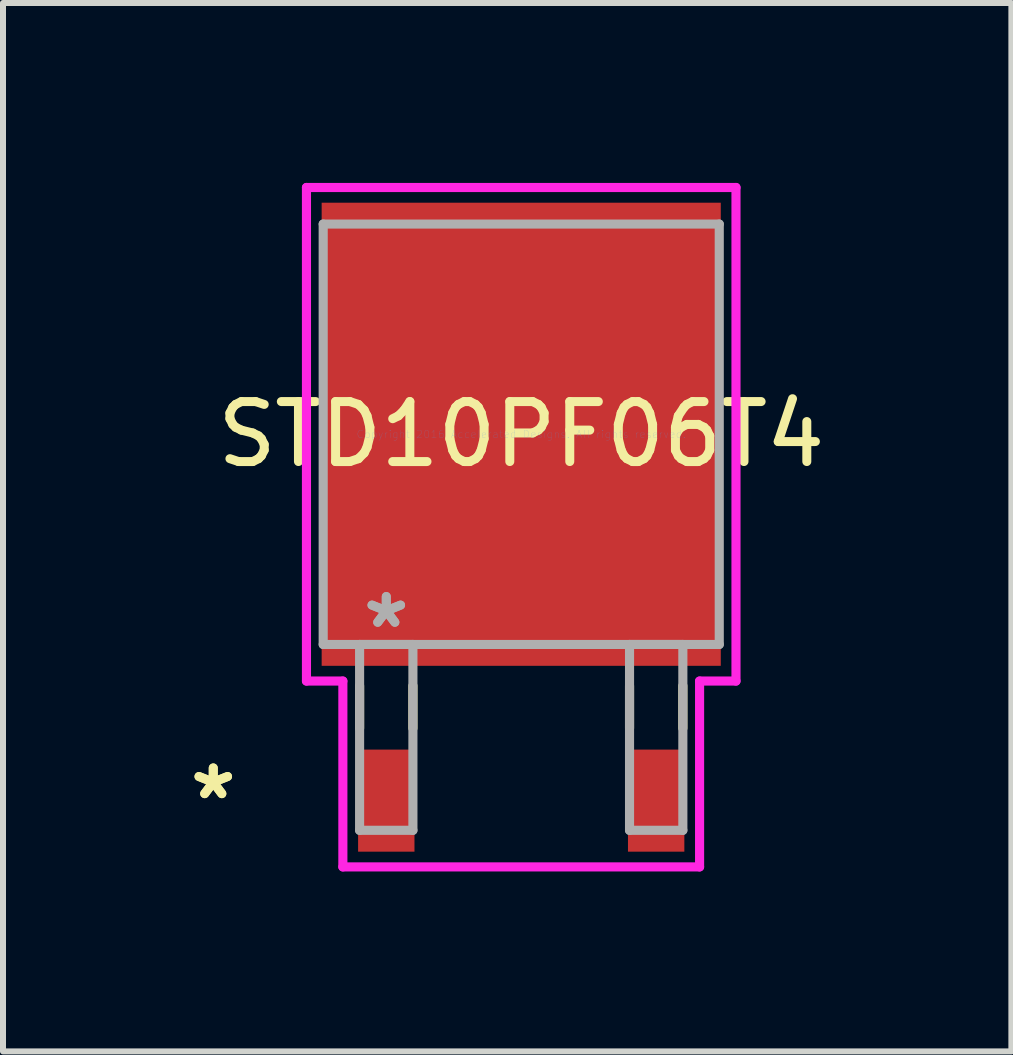
<source format=kicad_pcb>
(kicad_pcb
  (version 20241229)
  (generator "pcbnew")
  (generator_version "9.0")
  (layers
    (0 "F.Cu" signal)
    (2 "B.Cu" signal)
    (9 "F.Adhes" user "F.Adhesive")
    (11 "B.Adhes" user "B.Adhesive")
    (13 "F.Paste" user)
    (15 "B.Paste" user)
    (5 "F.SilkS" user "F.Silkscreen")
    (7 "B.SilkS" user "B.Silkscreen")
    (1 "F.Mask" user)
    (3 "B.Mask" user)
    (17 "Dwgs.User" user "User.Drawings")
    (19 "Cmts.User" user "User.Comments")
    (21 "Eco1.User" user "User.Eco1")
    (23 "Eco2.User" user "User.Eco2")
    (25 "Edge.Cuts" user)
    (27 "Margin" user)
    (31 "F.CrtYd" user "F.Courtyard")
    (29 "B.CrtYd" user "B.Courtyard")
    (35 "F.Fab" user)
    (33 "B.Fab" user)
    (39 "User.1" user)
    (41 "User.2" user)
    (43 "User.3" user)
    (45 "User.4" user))
  (footprint "STD10PF06T4"
    (layer "F.Cu")
    (at 5.641 4.191)
    (property "Reference" "STD10PF06T4" (at 0 0 0) (layer "F.SilkS") (effects (font (size 1 1) (thickness 0.15))))
    (attr through_hole)
    (fp_line (start -2.695 4.194) (end -2.695 4.902) (stroke (width 0.152) (type solid)) (layer "F.SilkS"))
    (fp_line (start -1.806 4.194) (end -1.806 4.902) (stroke (width 0.152) (type solid)) (layer "F.SilkS"))
    (fp_line (start 1.806 4.194) (end 1.806 4.902) (stroke (width 0.152) (type solid)) (layer "F.SilkS"))
    (fp_line (start 2.695 4.194) (end 2.695 4.902) (stroke (width 0.152) (type solid)) (layer "F.SilkS"))
    (fp_line (start -3.581 -4.115) (end 3.581 -4.115) (stroke (width 0.152) (type solid)) (layer "F.CrtYd"))
    (fp_line (start -3.581 4.115) (end -3.581 -4.115) (stroke (width 0.152) (type solid)) (layer "F.CrtYd"))
    (fp_line (start -2.974 4.115) (end -3.581 4.115) (stroke (width 0.152) (type solid)) (layer "F.CrtYd"))
    (fp_line (start -2.974 7.214) (end -2.974 4.115) (stroke (width 0.152) (type solid)) (layer "F.CrtYd"))
    (fp_line (start 2.974 4.115) (end 2.974 7.214) (stroke (width 0.152) (type solid)) (layer "F.CrtYd"))
    (fp_line (start 2.974 7.214) (end -2.974 7.214) (stroke (width 0.152) (type solid)) (layer "F.CrtYd"))
    (fp_line (start 3.581 -4.115) (end 3.581 4.115) (stroke (width 0.152) (type solid)) (layer "F.CrtYd"))
    (fp_line (start 3.581 4.115) (end 2.974 4.115) (stroke (width 0.152) (type solid)) (layer "F.CrtYd"))
    (fp_line (start -3.302 -3.505) (end -3.302 3.505) (stroke (width 0.152) (type solid)) (layer "F.Fab"))
    (fp_line (start -3.302 3.505) (end 3.302 3.505) (stroke (width 0.152) (type solid)) (layer "F.Fab"))
    (fp_line (start -2.695 3.505) (end -2.695 6.604) (stroke (width 0.152) (type solid)) (layer "F.Fab"))
    (fp_line (start -2.695 6.604) (end -1.806 6.604) (stroke (width 0.152) (type solid)) (layer "F.Fab"))
    (fp_line (start -1.806 3.505) (end -2.695 3.505) (stroke (width 0.152) (type solid)) (layer "F.Fab"))
    (fp_line (start -1.806 6.604) (end -1.806 3.505) (stroke (width 0.152) (type solid)) (layer "F.Fab"))
    (fp_line (start 1.806 3.505) (end 1.806 6.604) (stroke (width 0.152) (type solid)) (layer "F.Fab"))
    (fp_line (start 1.806 6.604) (end 2.695 6.604) (stroke (width 0.152) (type solid)) (layer "F.Fab"))
    (fp_line (start 2.695 3.505) (end 1.806 3.505) (stroke (width 0.152) (type solid)) (layer "F.Fab"))
    (fp_line (start 2.695 6.604) (end 2.695 3.505) (stroke (width 0.152) (type solid)) (layer "F.Fab"))
    (fp_line (start 3.302 -3.505) (end -3.302 -3.505) (stroke (width 0.152) (type solid)) (layer "F.Fab"))
    (fp_line (start 3.302 3.505) (end 3.302 -3.505) (stroke (width 0.152) (type solid)) (layer "F.Fab"))
    (fp_text user "*" (at -5.135 6.109 0) (layer "F.SilkS") (effects (font (size 1 1) (thickness 0.15))))
    (fp_text user "*" (at -5.135 6.109 0) (layer "F.SilkS") (effects (font (size 1 1) (thickness 0.15))))
    (fp_text user "Copyright 2016 Accelerated Designs. All rights reserved." (at 0 0 0) (layer "Cmts.User") (effects (font (size 0.127 0.127) (thickness 0.002))))
    (fp_text user "*" (at -2.25 3.251 0) (layer "F.Fab") (effects (font (size 1 1) (thickness 0.15))))
    (fp_text user "*" (at -2.25 3.251 0) (layer "F.Fab") (effects (font (size 1 1) (thickness 0.15))))
    (pad "1" smd rect (at -2.25 6.109) (size 0.94 1.702) (layers "F.Cu" "F.Mask" "F.Paste"))
    (pad "2" smd rect (at 2.25 6.109) (size 0.94 1.702) (layers "F.Cu" "F.Mask" "F.Paste"))
    (pad "3" smd rect (at 0 0) (size 6.655 7.722) (layers "F.Cu" "F.Mask" "F.Paste")))
  (gr_rect
    (start -3 -3)
    (end 13.814 14.481)
    (stroke (width 0.1) (type default))
    (fill no)
    (layer "Edge.Cuts")))
</source>
